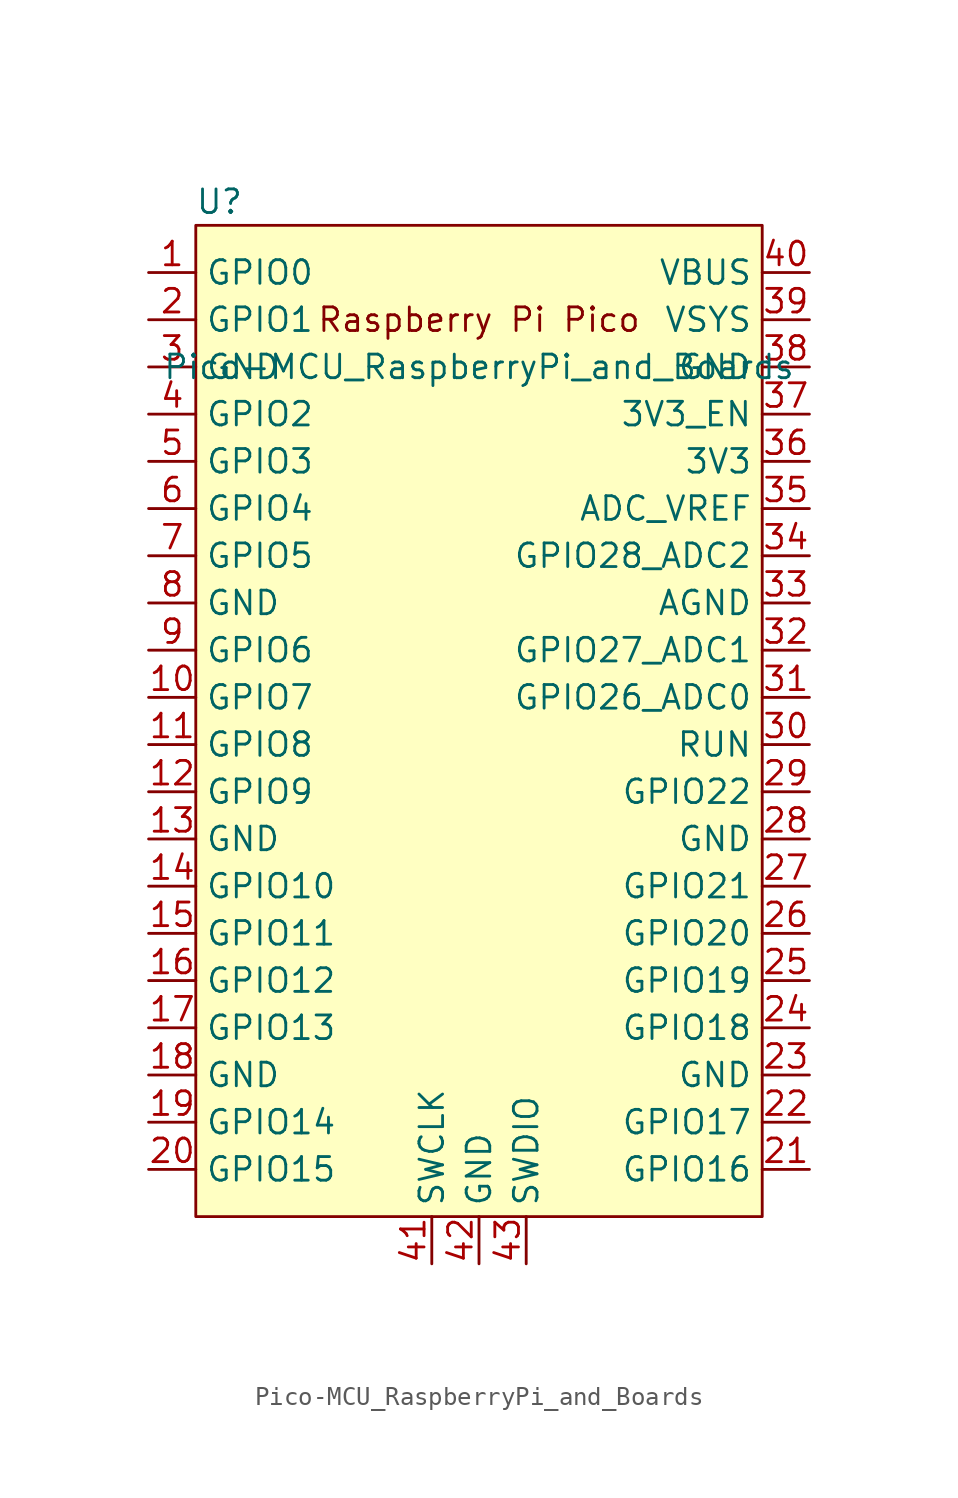
<source format=kicad_sym>
(kicad_symbol_lib
  (version 20211014)
  (generator kicad_symbol_editor)
  (symbol "Pico-MCU_RaspberryPi_and_Boards"
    (property "Reference" "U"
      (at -13.97 27.94 0)
      (effects (font (size 1.27 1.27))))
    (property "Value" "Pico-MCU_RaspberryPi_and_Boards"
      (at 0 19.05 0)
      (effects (font (size 1.27 1.27))))
    (symbol "Pico-MCU_RaspberryPi_and_Boards_0_0"
      (text "Raspberry Pi Pico" (at 0 21.59 0) (effects (font (size 1.27 1.27)))))
    (symbol "Pico-MCU_RaspberryPi_and_Boards_0_1"
      (rectangle (start -15.24 26.67) (end 15.24 -26.67) (stroke (width 0) (type default) (color 0 0 0 0)) (fill (type background))))
    (symbol "Pico-MCU_RaspberryPi_and_Boards_1_1"
      (pin bidirectional line (at -17.78 24.13 0) (length 2.54) (name "GPIO0" (effects (font (size 1.27 1.27)))) (number "1" (effects (font (size 1.27 1.27)))))
      (pin bidirectional line (at -17.78 1.27 0) (length 2.54) (name "GPIO7" (effects (font (size 1.27 1.27)))) (number "10" (effects (font (size 1.27 1.27)))))
      (pin bidirectional line (at -17.78 -1.27 0) (length 2.54) (name "GPIO8" (effects (font (size 1.27 1.27)))) (number "11" (effects (font (size 1.27 1.27)))))
      (pin bidirectional line (at -17.78 -3.81 0) (length 2.54) (name "GPIO9" (effects (font (size 1.27 1.27)))) (number "12" (effects (font (size 1.27 1.27)))))
      (pin power_in line (at -17.78 -6.35 0) (length 2.54) (name "GND" (effects (font (size 1.27 1.27)))) (number "13" (effects (font (size 1.27 1.27)))))
      (pin bidirectional line (at -17.78 -8.89 0) (length 2.54) (name "GPIO10" (effects (font (size 1.27 1.27)))) (number "14" (effects (font (size 1.27 1.27)))))
      (pin bidirectional line (at -17.78 -11.43 0) (length 2.54) (name "GPIO11" (effects (font (size 1.27 1.27)))) (number "15" (effects (font (size 1.27 1.27)))))
      (pin bidirectional line (at -17.78 -13.97 0) (length 2.54) (name "GPIO12" (effects (font (size 1.27 1.27)))) (number "16" (effects (font (size 1.27 1.27)))))
      (pin bidirectional line (at -17.78 -16.51 0) (length 2.54) (name "GPIO13" (effects (font (size 1.27 1.27)))) (number "17" (effects (font (size 1.27 1.27)))))
      (pin power_in line (at -17.78 -19.05 0) (length 2.54) (name "GND" (effects (font (size 1.27 1.27)))) (number "18" (effects (font (size 1.27 1.27)))))
      (pin bidirectional line (at -17.78 -21.59 0) (length 2.54) (name "GPIO14" (effects (font (size 1.27 1.27)))) (number "19" (effects (font (size 1.27 1.27)))))
      (pin bidirectional line (at -17.78 21.59 0) (length 2.54) (name "GPIO1" (effects (font (size 1.27 1.27)))) (number "2" (effects (font (size 1.27 1.27)))))
      (pin bidirectional line (at -17.78 -24.13 0) (length 2.54) (name "GPIO15" (effects (font (size 1.27 1.27)))) (number "20" (effects (font (size 1.27 1.27)))))
      (pin bidirectional line (at 17.78 -24.13 180) (length 2.54) (name "GPIO16" (effects (font (size 1.27 1.27)))) (number "21" (effects (font (size 1.27 1.27)))))
      (pin bidirectional line (at 17.78 -21.59 180) (length 2.54) (name "GPIO17" (effects (font (size 1.27 1.27)))) (number "22" (effects (font (size 1.27 1.27)))))
      (pin power_in line (at 17.78 -19.05 180) (length 2.54) (name "GND" (effects (font (size 1.27 1.27)))) (number "23" (effects (font (size 1.27 1.27)))))
      (pin bidirectional line (at 17.78 -16.51 180) (length 2.54) (name "GPIO18" (effects (font (size 1.27 1.27)))) (number "24" (effects (font (size 1.27 1.27)))))
      (pin bidirectional line (at 17.78 -13.97 180) (length 2.54) (name "GPIO19" (effects (font (size 1.27 1.27)))) (number "25" (effects (font (size 1.27 1.27)))))
      (pin bidirectional line (at 17.78 -11.43 180) (length 2.54) (name "GPIO20" (effects (font (size 1.27 1.27)))) (number "26" (effects (font (size 1.27 1.27)))))
      (pin bidirectional line (at 17.78 -8.89 180) (length 2.54) (name "GPIO21" (effects (font (size 1.27 1.27)))) (number "27" (effects (font (size 1.27 1.27)))))
      (pin power_in line (at 17.78 -6.35 180) (length 2.54) (name "GND" (effects (font (size 1.27 1.27)))) (number "28" (effects (font (size 1.27 1.27)))))
      (pin bidirectional line (at 17.78 -3.81 180) (length 2.54) (name "GPIO22" (effects (font (size 1.27 1.27)))) (number "29" (effects (font (size 1.27 1.27)))))
      (pin power_in line (at -17.78 19.05 0) (length 2.54) (name "GND" (effects (font (size 1.27 1.27)))) (number "3" (effects (font (size 1.27 1.27)))))
      (pin input line (at 17.78 -1.27 180) (length 2.54) (name "RUN" (effects (font (size 1.27 1.27)))) (number "30" (effects (font (size 1.27 1.27)))))
      (pin bidirectional line (at 17.78 1.27 180) (length 2.54) (name "GPIO26_ADC0" (effects (font (size 1.27 1.27)))) (number "31" (effects (font (size 1.27 1.27)))))
      (pin bidirectional line (at 17.78 3.81 180) (length 2.54) (name "GPIO27_ADC1" (effects (font (size 1.27 1.27)))) (number "32" (effects (font (size 1.27 1.27)))))
      (pin power_in line (at 17.78 6.35 180) (length 2.54) (name "AGND" (effects (font (size 1.27 1.27)))) (number "33" (effects (font (size 1.27 1.27)))))
      (pin bidirectional line (at 17.78 8.89 180) (length 2.54) (name "GPIO28_ADC2" (effects (font (size 1.27 1.27)))) (number "34" (effects (font (size 1.27 1.27)))))
      (pin power_in line (at 17.78 11.43 180) (length 2.54) (name "ADC_VREF" (effects (font (size 1.27 1.27)))) (number "35" (effects (font (size 1.27 1.27)))))
      (pin power_in line (at 17.78 13.97 180) (length 2.54) (name "3V3" (effects (font (size 1.27 1.27)))) (number "36" (effects (font (size 1.27 1.27)))))
      (pin input line (at 17.78 16.51 180) (length 2.54) (name "3V3_EN" (effects (font (size 1.27 1.27)))) (number "37" (effects (font (size 1.27 1.27)))))
      (pin bidirectional line (at 17.78 19.05 180) (length 2.54) (name "GND" (effects (font (size 1.27 1.27)))) (number "38" (effects (font (size 1.27 1.27)))))
      (pin power_in line (at 17.78 21.59 180) (length 2.54) (name "VSYS" (effects (font (size 1.27 1.27)))) (number "39" (effects (font (size 1.27 1.27)))))
      (pin bidirectional line (at -17.78 16.51 0) (length 2.54) (name "GPIO2" (effects (font (size 1.27 1.27)))) (number "4" (effects (font (size 1.27 1.27)))))
      (pin power_in line (at 17.78 24.13 180) (length 2.54) (name "VBUS" (effects (font (size 1.27 1.27)))) (number "40" (effects (font (size 1.27 1.27)))))
      (pin input line (at -2.54 -29.21 90) (length 2.54) (name "SWCLK" (effects (font (size 1.27 1.27)))) (number "41" (effects (font (size 1.27 1.27)))))
      (pin power_in line (at 0 -29.21 90) (length 2.54) (name "GND" (effects (font (size 1.27 1.27)))) (number "42" (effects (font (size 1.27 1.27)))))
      (pin bidirectional line (at 2.54 -29.21 90) (length 2.54) (name "SWDIO" (effects (font (size 1.27 1.27)))) (number "43" (effects (font (size 1.27 1.27)))))
      (pin bidirectional line (at -17.78 13.97 0) (length 2.54) (name "GPIO3" (effects (font (size 1.27 1.27)))) (number "5" (effects (font (size 1.27 1.27)))))
      (pin bidirectional line (at -17.78 11.43 0) (length 2.54) (name "GPIO4" (effects (font (size 1.27 1.27)))) (number "6" (effects (font (size 1.27 1.27)))))
      (pin bidirectional line (at -17.78 8.89 0) (length 2.54) (name "GPIO5" (effects (font (size 1.27 1.27)))) (number "7" (effects (font (size 1.27 1.27)))))
      (pin power_in line (at -17.78 6.35 0) (length 2.54) (name "GND" (effects (font (size 1.27 1.27)))) (number "8" (effects (font (size 1.27 1.27)))))
      (pin bidirectional line (at -17.78 3.81 0) (length 2.54) (name "GPIO6" (effects (font (size 1.27 1.27)))) (number "9" (effects (font (size 1.27 1.27))))))))
</source>
